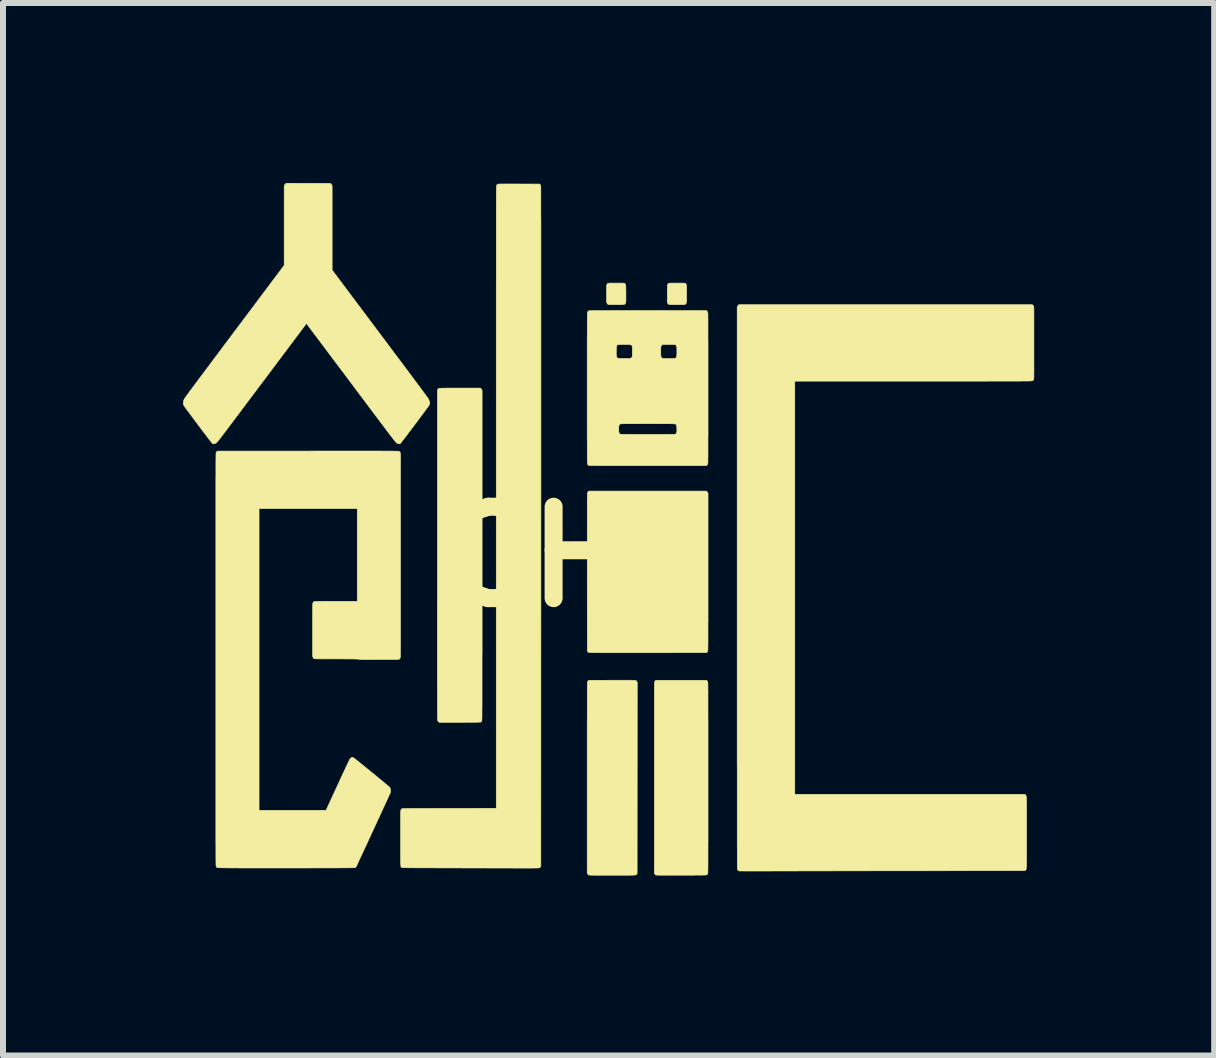
<source format=kicad_pcb>
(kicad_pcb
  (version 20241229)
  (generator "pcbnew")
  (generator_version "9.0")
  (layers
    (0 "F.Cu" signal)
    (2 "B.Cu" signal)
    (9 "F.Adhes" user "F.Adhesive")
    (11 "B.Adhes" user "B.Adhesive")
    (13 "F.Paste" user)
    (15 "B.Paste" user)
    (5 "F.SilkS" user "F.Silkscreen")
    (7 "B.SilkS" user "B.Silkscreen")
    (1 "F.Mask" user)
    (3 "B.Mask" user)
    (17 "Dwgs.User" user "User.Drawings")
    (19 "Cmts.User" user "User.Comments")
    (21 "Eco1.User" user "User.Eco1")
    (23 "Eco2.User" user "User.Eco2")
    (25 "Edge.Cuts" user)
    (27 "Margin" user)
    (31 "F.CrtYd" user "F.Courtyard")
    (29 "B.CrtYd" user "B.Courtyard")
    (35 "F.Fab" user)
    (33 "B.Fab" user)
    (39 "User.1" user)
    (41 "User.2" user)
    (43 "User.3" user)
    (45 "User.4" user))
  (footprint "CH1"
    (layer "F.Cu")
    (at 6.577 6.231)
    (property "Reference" "CH1" (at 0 0 0) (layer "F.SilkS") (effects (font (size 1.524 1.524) (thickness 0.3))))
    (attr through_hole)
    (fp_poly (pts (xy 0.675 -4.562) (xy 0.7 -4.562) (xy 0.72 -4.562) (xy 0.737 -4.562) (xy 0.75 -4.562) (xy 0.76 -4.561) (xy 0.768 -4.561) (xy 0.773 -4.56) (xy 0.777 -4.559) (xy 0.78 -4.558) (xy 0.783 -4.556) (xy 0.785 -4.555) (xy 0.79 -4.551) (xy 0.794 -4.548) (xy 0.797 -4.543) (xy 0.8 -4.538) (xy 0.802 -4.53) (xy 0.803 -4.52) (xy 0.804 -4.507) (xy 0.805 -4.489) (xy 0.805 -4.467) (xy 0.806 -4.439) (xy 0.806 -4.405) (xy 0.806 -4.387) (xy 0.806 -4.352) (xy 0.806 -4.323) (xy 0.806 -4.3) (xy 0.806 -4.282) (xy 0.806 -4.268) (xy 0.805 -4.258) (xy 0.805 -4.25) (xy 0.804 -4.245) (xy 0.803 -4.24) (xy 0.802 -4.236) (xy 0.8 -4.233) (xy 0.798 -4.227) (xy 0.796 -4.221) (xy 0.793 -4.217) (xy 0.79 -4.213) (xy 0.785 -4.211) (xy 0.779 -4.208) (xy 0.77 -4.207) (xy 0.759 -4.206) (xy 0.745 -4.205) (xy 0.727 -4.204) (xy 0.706 -4.204) (xy 0.68 -4.204) (xy 0.649 -4.204) (xy 0.644 -4.204) (xy 0.614 -4.204) (xy 0.589 -4.204) (xy 0.568 -4.204) (xy 0.551 -4.204) (xy 0.538 -4.205) (xy 0.528 -4.205) (xy 0.52 -4.206) (xy 0.514 -4.207) (xy 0.51 -4.207) (xy 0.507 -4.209) (xy 0.505 -4.21) (xy 0.503 -4.211) (xy 0.496 -4.219) (xy 0.489 -4.23) (xy 0.489 -4.23) (xy 0.488 -4.233) (xy 0.487 -4.237) (xy 0.486 -4.242) (xy 0.485 -4.249) (xy 0.485 -4.258) (xy 0.484 -4.271) (xy 0.484 -4.288) (xy 0.484 -4.31) (xy 0.484 -4.337) (xy 0.484 -4.37) (xy 0.484 -4.384) (xy 0.484 -4.419) (xy 0.484 -4.448) (xy 0.484 -4.472) (xy 0.484 -4.49) (xy 0.484 -4.504) (xy 0.485 -4.515) (xy 0.485 -4.522) (xy 0.486 -4.528) (xy 0.487 -4.532) (xy 0.489 -4.535) (xy 0.49 -4.538) (xy 0.493 -4.543) (xy 0.495 -4.548) (xy 0.498 -4.552) (xy 0.502 -4.555) (xy 0.507 -4.557) (xy 0.514 -4.559) (xy 0.523 -4.56) (xy 0.535 -4.561) (xy 0.55 -4.562) (xy 0.569 -4.562) (xy 0.591 -4.562) (xy 0.618 -4.562) (xy 0.645 -4.562) (xy 0.675 -4.562)) (stroke (width 0.01) (type solid)) (fill yes) (layer "F.SilkS"))
    (fp_poly (pts (xy 1.688 -4.562) (xy 1.714 -4.562) (xy 1.736 -4.562) (xy 1.754 -4.562) (xy 1.768 -4.561) (xy 1.779 -4.56) (xy 1.788 -4.559) (xy 1.795 -4.557) (xy 1.8 -4.554) (xy 1.803 -4.551) (xy 1.806 -4.547) (xy 1.809 -4.542) (xy 1.811 -4.538) (xy 1.813 -4.535) (xy 1.814 -4.531) (xy 1.815 -4.527) (xy 1.816 -4.522) (xy 1.816 -4.514) (xy 1.817 -4.503) (xy 1.817 -4.488) (xy 1.817 -4.469) (xy 1.817 -4.445) (xy 1.817 -4.415) (xy 1.817 -4.384) (xy 1.817 -4.348) (xy 1.817 -4.319) (xy 1.817 -4.295) (xy 1.817 -4.277) (xy 1.816 -4.262) (xy 1.816 -4.252) (xy 1.815 -4.244) (xy 1.815 -4.239) (xy 1.814 -4.234) (xy 1.812 -4.231) (xy 1.812 -4.23) (xy 1.806 -4.22) (xy 1.798 -4.211) (xy 1.798 -4.211) (xy 1.796 -4.21) (xy 1.793 -4.208) (xy 1.79 -4.207) (xy 1.785 -4.206) (xy 1.779 -4.206) (xy 1.77 -4.205) (xy 1.759 -4.205) (xy 1.744 -4.204) (xy 1.726 -4.204) (xy 1.704 -4.204) (xy 1.677 -4.204) (xy 1.657 -4.204) (xy 1.627 -4.204) (xy 1.601 -4.204) (xy 1.58 -4.204) (xy 1.563 -4.205) (xy 1.549 -4.205) (xy 1.539 -4.206) (xy 1.531 -4.206) (xy 1.525 -4.207) (xy 1.521 -4.208) (xy 1.518 -4.209) (xy 1.517 -4.21) (xy 1.51 -4.217) (xy 1.503 -4.227) (xy 1.502 -4.229) (xy 1.5 -4.232) (xy 1.499 -4.236) (xy 1.498 -4.24) (xy 1.497 -4.246) (xy 1.497 -4.254) (xy 1.496 -4.265) (xy 1.496 -4.28) (xy 1.496 -4.299) (xy 1.496 -4.324) (xy 1.496 -4.354) (xy 1.496 -4.383) (xy 1.496 -4.421) (xy 1.496 -4.452) (xy 1.496 -4.477) (xy 1.497 -4.497) (xy 1.497 -4.513) (xy 1.499 -4.525) (xy 1.5 -4.534) (xy 1.502 -4.54) (xy 1.505 -4.545) (xy 1.509 -4.549) (xy 1.513 -4.553) (xy 1.516 -4.555) (xy 1.519 -4.557) (xy 1.521 -4.558) (xy 1.525 -4.559) (xy 1.529 -4.56) (xy 1.535 -4.561) (xy 1.543 -4.562) (xy 1.554 -4.562) (xy 1.568 -4.562) (xy 1.586 -4.562) (xy 1.607 -4.562) (xy 1.633 -4.562) (xy 1.656 -4.562) (xy 1.688 -4.562)) (stroke (width 0.01) (type solid)) (fill yes) (layer "F.SilkS"))
    (fp_poly (pts (xy 0.825 2.058) (xy 0.851 2.058) (xy 0.875 2.058) (xy 0.895 2.058) (xy 0.912 2.058) (xy 0.926 2.059) (xy 0.937 2.059) (xy 0.947 2.059) (xy 0.955 2.06) (xy 0.96 2.06) (xy 0.965 2.061) (xy 0.968 2.061) (xy 0.971 2.062) (xy 0.972 2.063) (xy 0.973 2.063) (xy 0.981 2.071) (xy 0.988 2.081) (xy 0.989 2.082) (xy 0.995 2.094) (xy 0.994 3.686) (xy 0.993 5.279) (xy 0.987 5.288) (xy 0.985 5.291) (xy 0.983 5.293) (xy 0.982 5.296) (xy 0.98 5.298) (xy 0.977 5.299) (xy 0.974 5.301) (xy 0.97 5.302) (xy 0.964 5.303) (xy 0.957 5.304) (xy 0.948 5.305) (xy 0.937 5.306) (xy 0.923 5.306) (xy 0.907 5.307) (xy 0.887 5.307) (xy 0.865 5.308) (xy 0.839 5.308) (xy 0.81 5.308) (xy 0.776 5.308) (xy 0.738 5.308) (xy 0.696 5.308) (xy 0.649 5.308) (xy 0.597 5.308) (xy 0.579 5.308) (xy 0.525 5.308) (xy 0.477 5.308) (xy 0.434 5.308) (xy 0.395 5.308) (xy 0.36 5.308) (xy 0.33 5.308) (xy 0.303 5.308) (xy 0.28 5.307) (xy 0.26 5.307) (xy 0.244 5.307) (xy 0.229 5.307) (xy 0.218 5.306) (xy 0.208 5.306) (xy 0.201 5.305) (xy 0.195 5.305) (xy 0.191 5.304) (xy 0.187 5.304) (xy 0.185 5.303) (xy 0.183 5.302) (xy 0.183 5.302) (xy 0.175 5.294) (xy 0.168 5.284) (xy 0.167 5.283) (xy 0.161 5.271) (xy 0.161 3.686) (xy 0.161 3.556) (xy 0.161 3.434) (xy 0.161 3.318) (xy 0.161 3.21) (xy 0.161 3.107) (xy 0.161 3.011) (xy 0.161 2.921) (xy 0.161 2.836) (xy 0.161 2.758) (xy 0.162 2.684) (xy 0.162 2.617) (xy 0.162 2.554) (xy 0.162 2.496) (xy 0.162 2.443) (xy 0.162 2.395) (xy 0.162 2.351) (xy 0.162 2.311) (xy 0.162 2.275) (xy 0.162 2.243) (xy 0.163 2.214) (xy 0.163 2.189) (xy 0.163 2.167) (xy 0.163 2.149) (xy 0.163 2.133) (xy 0.164 2.12) (xy 0.164 2.109) (xy 0.164 2.101) (xy 0.164 2.095) (xy 0.165 2.091) (xy 0.165 2.089) (xy 0.165 2.088) (xy 0.17 2.078) (xy 0.177 2.069) (xy 0.178 2.068) (xy 0.187 2.059) (xy 0.575 2.058) (xy 0.629 2.058) (xy 0.677 2.058) (xy 0.721 2.058) (xy 0.76 2.058) (xy 0.794 2.058) (xy 0.825 2.058)) (stroke (width 0.01) (type solid)) (fill yes) (layer "F.SilkS"))
    (fp_poly (pts (xy 2.155 -1.087) (xy 2.162 -1.079) (xy 2.168 -1.069) (xy 2.169 -1.068) (xy 2.175 -1.056) (xy 2.175 0.25) (xy 2.175 0.365) (xy 2.175 0.474) (xy 2.175 0.576) (xy 2.175 0.671) (xy 2.175 0.76) (xy 2.175 0.843) (xy 2.175 0.92) (xy 2.175 0.991) (xy 2.175 1.057) (xy 2.174 1.118) (xy 2.174 1.174) (xy 2.174 1.225) (xy 2.174 1.271) (xy 2.174 1.313) (xy 2.174 1.351) (xy 2.174 1.385) (xy 2.174 1.415) (xy 2.174 1.442) (xy 2.173 1.465) (xy 2.173 1.486) (xy 2.173 1.503) (xy 2.173 1.518) (xy 2.173 1.53) (xy 2.172 1.541) (xy 2.172 1.549) (xy 2.172 1.555) (xy 2.171 1.56) (xy 2.171 1.564) (xy 2.171 1.567) (xy 2.17 1.568) (xy 2.17 1.568) (xy 2.165 1.579) (xy 2.158 1.588) (xy 2.158 1.589) (xy 2.149 1.597) (xy 1.171 1.598) (xy 1.084 1.598) (xy 1.003 1.598) (xy 0.927 1.598) (xy 0.856 1.598) (xy 0.79 1.598) (xy 0.728 1.598) (xy 0.67 1.598) (xy 0.617 1.598) (xy 0.568 1.598) (xy 0.522 1.598) (xy 0.481 1.598) (xy 0.443 1.598) (xy 0.408 1.598) (xy 0.377 1.598) (xy 0.349 1.598) (xy 0.323 1.597) (xy 0.301 1.597) (xy 0.281 1.597) (xy 0.263 1.597) (xy 0.248 1.597) (xy 0.235 1.596) (xy 0.224 1.596) (xy 0.214 1.596) (xy 0.206 1.595) (xy 0.2 1.595) (xy 0.195 1.595) (xy 0.191 1.594) (xy 0.188 1.594) (xy 0.186 1.593) (xy 0.184 1.593) (xy 0.183 1.592) (xy 0.183 1.592) (xy 0.175 1.585) (xy 0.169 1.576) (xy 0.168 1.576) (xy 0.163 1.566) (xy 0.162 0.256) (xy 0.162 0.14) (xy 0.162 0.031) (xy 0.162 -0.071) (xy 0.162 -0.166) (xy 0.162 -0.256) (xy 0.162 -0.339) (xy 0.162 -0.416) (xy 0.162 -0.487) (xy 0.162 -0.554) (xy 0.162 -0.614) (xy 0.162 -0.67) (xy 0.162 -0.721) (xy 0.162 -0.768) (xy 0.162 -0.81) (xy 0.162 -0.848) (xy 0.162 -0.882) (xy 0.162 -0.912) (xy 0.162 -0.939) (xy 0.163 -0.963) (xy 0.163 -0.983) (xy 0.163 -1.001) (xy 0.163 -1.016) (xy 0.163 -1.028) (xy 0.164 -1.039) (xy 0.164 -1.047) (xy 0.164 -1.054) (xy 0.164 -1.059) (xy 0.165 -1.062) (xy 0.165 -1.065) (xy 0.166 -1.066) (xy 0.166 -1.067) (xy 0.171 -1.076) (xy 0.178 -1.085) (xy 0.18 -1.087) (xy 0.19 -1.095) (xy 2.147 -1.095) (xy 2.155 -1.087)) (stroke (width 0.01) (type solid)) (fill yes) (layer "F.SilkS"))
    (fp_poly (pts (xy -2.033 -2.812) (xy -1.985 -2.812) (xy -1.962 -2.812) (xy -1.619 -2.812) (xy -1.611 -2.804) (xy -1.604 -2.796) (xy -1.598 -2.786) (xy -1.597 -2.785) (xy -1.591 -2.773) (xy -1.591 -0.027) (xy -1.591 0.141) (xy -1.591 0.303) (xy -1.591 0.457) (xy -1.591 0.605) (xy -1.591 0.747) (xy -1.591 0.882) (xy -1.591 1.01) (xy -1.591 1.133) (xy -1.591 1.249) (xy -1.591 1.36) (xy -1.591 1.465) (xy -1.591 1.565) (xy -1.592 1.659) (xy -1.592 1.748) (xy -1.592 1.832) (xy -1.592 1.911) (xy -1.592 1.985) (xy -1.592 2.054) (xy -1.592 2.12) (xy -1.592 2.18) (xy -1.592 2.237) (xy -1.592 2.289) (xy -1.592 2.338) (xy -1.592 2.383) (xy -1.592 2.424) (xy -1.592 2.462) (xy -1.592 2.497) (xy -1.593 2.528) (xy -1.593 2.557) (xy -1.593 2.583) (xy -1.593 2.606) (xy -1.593 2.626) (xy -1.593 2.644) (xy -1.593 2.66) (xy -1.594 2.674) (xy -1.594 2.686) (xy -1.594 2.696) (xy -1.594 2.704) (xy -1.594 2.711) (xy -1.595 2.717) (xy -1.595 2.721) (xy -1.595 2.725) (xy -1.595 2.727) (xy -1.596 2.729) (xy -1.596 2.73) (xy -1.596 2.731) (xy -1.601 2.741) (xy -1.608 2.75) (xy -1.608 2.75) (xy -1.61 2.752) (xy -1.611 2.753) (xy -1.613 2.753) (xy -1.615 2.754) (xy -1.619 2.755) (xy -1.624 2.755) (xy -1.63 2.756) (xy -1.638 2.756) (xy -1.649 2.757) (xy -1.661 2.757) (xy -1.677 2.757) (xy -1.695 2.758) (xy -1.717 2.758) (xy -1.742 2.758) (xy -1.771 2.758) (xy -1.805 2.758) (xy -1.842 2.758) (xy -1.884 2.759) (xy -1.932 2.759) (xy -1.961 2.759) (xy -2.305 2.76) (xy -2.315 2.752) (xy -2.325 2.741) (xy -2.331 2.729) (xy -2.331 2.728) (xy -2.331 2.727) (xy -2.332 2.726) (xy -2.332 2.724) (xy -2.332 2.722) (xy -2.332 2.718) (xy -2.333 2.714) (xy -2.333 2.709) (xy -2.333 2.703) (xy -2.333 2.696) (xy -2.334 2.687) (xy -2.334 2.676) (xy -2.334 2.663) (xy -2.334 2.649) (xy -2.334 2.632) (xy -2.334 2.614) (xy -2.335 2.593) (xy -2.335 2.569) (xy -2.335 2.542) (xy -2.335 2.513) (xy -2.335 2.481) (xy -2.335 2.446) (xy -2.335 2.407) (xy -2.335 2.365) (xy -2.335 2.319) (xy -2.335 2.27) (xy -2.335 2.216) (xy -2.335 2.159) (xy -2.336 2.098) (xy -2.336 2.032) (xy -2.336 1.961) (xy -2.336 1.886) (xy -2.336 1.806) (xy -2.336 1.722) (xy -2.336 1.632) (xy -2.336 1.537) (xy -2.336 1.436) (xy -2.336 1.33) (xy -2.336 1.218) (xy -2.336 1.101) (xy -2.336 0.977) (xy -2.336 0.847) (xy -2.335 0.711) (xy -2.335 0.569) (xy -2.335 0.419) (xy -2.335 0.264) (xy -2.335 0.101) (xy -2.335 -0.031) (xy -2.335 -2.776) (xy -2.328 -2.788) (xy -2.327 -2.791) (xy -2.325 -2.794) (xy -2.324 -2.797) (xy -2.322 -2.799) (xy -2.32 -2.802) (xy -2.317 -2.804) (xy -2.313 -2.805) (xy -2.307 -2.807) (xy -2.3 -2.808) (xy -2.291 -2.809) (xy -2.28 -2.81) (xy -2.266 -2.81) (xy -2.25 -2.811) (xy -2.23 -2.811) (xy -2.207 -2.811) (xy -2.181 -2.812) (xy -2.15 -2.812) (xy -2.116 -2.812) (xy -2.077 -2.812) (xy -2.033 -2.812)) (stroke (width 0.01) (type solid)) (fill yes) (layer "F.SilkS"))
    (fp_poly (pts (xy 2.158 2.067) (xy 2.165 2.076) (xy 2.17 2.087) (xy 2.17 2.087) (xy 2.171 2.089) (xy 2.171 2.091) (xy 2.171 2.094) (xy 2.172 2.099) (xy 2.172 2.105) (xy 2.172 2.112) (xy 2.172 2.121) (xy 2.173 2.133) (xy 2.173 2.146) (xy 2.173 2.163) (xy 2.173 2.181) (xy 2.173 2.203) (xy 2.174 2.227) (xy 2.174 2.255) (xy 2.174 2.286) (xy 2.174 2.32) (xy 2.174 2.359) (xy 2.174 2.401) (xy 2.174 2.448) (xy 2.174 2.499) (xy 2.174 2.554) (xy 2.174 2.614) (xy 2.174 2.679) (xy 2.175 2.75) (xy 2.175 2.826) (xy 2.175 2.907) (xy 2.175 2.994) (xy 2.175 3.087) (xy 2.175 3.186) (xy 2.175 3.291) (xy 2.175 3.403) (xy 2.175 3.522) (xy 2.175 3.647) (xy 2.175 3.683) (xy 2.175 3.81) (xy 2.175 3.93) (xy 2.175 4.044) (xy 2.175 4.15) (xy 2.175 4.251) (xy 2.175 4.345) (xy 2.175 4.433) (xy 2.175 4.515) (xy 2.175 4.592) (xy 2.175 4.664) (xy 2.175 4.73) (xy 2.174 4.791) (xy 2.174 4.848) (xy 2.174 4.899) (xy 2.174 4.947) (xy 2.174 4.99) (xy 2.174 5.029) (xy 2.174 5.065) (xy 2.174 5.097) (xy 2.174 5.125) (xy 2.174 5.151) (xy 2.173 5.173) (xy 2.173 5.192) (xy 2.173 5.209) (xy 2.173 5.224) (xy 2.173 5.236) (xy 2.172 5.246) (xy 2.172 5.254) (xy 2.172 5.261) (xy 2.172 5.267) (xy 2.171 5.271) (xy 2.171 5.274) (xy 2.171 5.276) (xy 2.17 5.278) (xy 2.17 5.279) (xy 2.17 5.279) (xy 2.164 5.29) (xy 2.158 5.298) (xy 2.157 5.299) (xy 2.156 5.3) (xy 2.155 5.301) (xy 2.154 5.301) (xy 2.151 5.302) (xy 2.148 5.303) (xy 2.143 5.303) (xy 2.137 5.304) (xy 2.13 5.304) (xy 2.12 5.305) (xy 2.108 5.305) (xy 2.094 5.305) (xy 2.077 5.306) (xy 2.057 5.306) (xy 2.034 5.306) (xy 2.007 5.306) (xy 1.976 5.306) (xy 1.942 5.307) (xy 1.903 5.307) (xy 1.86 5.307) (xy 1.812 5.307) (xy 1.76 5.307) (xy 1.73 5.307) (xy 1.675 5.307) (xy 1.624 5.307) (xy 1.578 5.307) (xy 1.537 5.307) (xy 1.501 5.307) (xy 1.468 5.307) (xy 1.439 5.307) (xy 1.414 5.307) (xy 1.392 5.307) (xy 1.374 5.307) (xy 1.358 5.307) (xy 1.344 5.306) (xy 1.334 5.306) (xy 1.325 5.306) (xy 1.318 5.305) (xy 1.312 5.305) (xy 1.308 5.304) (xy 1.305 5.304) (xy 1.303 5.303) (xy 1.302 5.302) (xy 1.301 5.302) (xy 1.293 5.294) (xy 1.286 5.284) (xy 1.286 5.283) (xy 1.28 5.271) (xy 1.28 3.686) (xy 1.28 3.556) (xy 1.28 3.434) (xy 1.28 3.318) (xy 1.28 3.21) (xy 1.28 3.107) (xy 1.28 3.011) (xy 1.28 2.921) (xy 1.28 2.836) (xy 1.28 2.758) (xy 1.28 2.684) (xy 1.28 2.617) (xy 1.28 2.554) (xy 1.28 2.496) (xy 1.28 2.443) (xy 1.28 2.395) (xy 1.28 2.351) (xy 1.28 2.311) (xy 1.281 2.275) (xy 1.281 2.243) (xy 1.281 2.214) (xy 1.281 2.189) (xy 1.281 2.167) (xy 1.281 2.149) (xy 1.282 2.133) (xy 1.282 2.12) (xy 1.282 2.109) (xy 1.282 2.101) (xy 1.283 2.095) (xy 1.283 2.091) (xy 1.283 2.089) (xy 1.283 2.088) (xy 1.288 2.078) (xy 1.295 2.069) (xy 1.296 2.068) (xy 1.305 2.059) (xy 2.149 2.059) (xy 2.158 2.067)) (stroke (width 0.01) (type solid)) (fill yes) (layer "F.SilkS"))
    (fp_poly (pts (xy -4.486 -6.225) (xy -4.119 -6.224) (xy -4.111 -6.216) (xy -4.104 -6.208) (xy -4.098 -6.198) (xy -4.097 -6.197) (xy -4.091 -6.185) (xy -4.091 -4.779) (xy -3.289 -3.709) (xy -3.223 -3.621) (xy -3.16 -3.537) (xy -3.101 -3.458) (xy -3.045 -3.383) (xy -2.992 -3.313) (xy -2.943 -3.248) (xy -2.897 -3.186) (xy -2.854 -3.129) (xy -2.815 -3.076) (xy -2.778 -3.026) (xy -2.743 -2.98) (xy -2.712 -2.938) (xy -2.683 -2.899) (xy -2.656 -2.863) (xy -2.632 -2.831) (xy -2.61 -2.801) (xy -2.59 -2.774) (xy -2.572 -2.75) (xy -2.556 -2.728) (xy -2.542 -2.709) (xy -2.53 -2.692) (xy -2.519 -2.678) (xy -2.51 -2.665) (xy -2.502 -2.654) (xy -2.496 -2.645) (xy -2.491 -2.637) (xy -2.486 -2.631) (xy -2.483 -2.626) (xy -2.481 -2.622) (xy -2.48 -2.619) (xy -2.479 -2.618) (xy -2.471 -2.592) (xy -2.466 -2.569) (xy -2.466 -2.548) (xy -2.466 -2.547) (xy -2.467 -2.544) (xy -2.468 -2.541) (xy -2.469 -2.538) (xy -2.472 -2.533) (xy -2.475 -2.527) (xy -2.48 -2.52) (xy -2.486 -2.511) (xy -2.494 -2.5) (xy -2.504 -2.486) (xy -2.516 -2.47) (xy -2.53 -2.451) (xy -2.546 -2.429) (xy -2.565 -2.403) (xy -2.587 -2.374) (xy -2.612 -2.34) (xy -2.64 -2.303) (xy -2.671 -2.261) (xy -2.706 -2.214) (xy -2.709 -2.21) (xy -2.748 -2.159) (xy -2.783 -2.112) (xy -2.815 -2.07) (xy -2.843 -2.032) (xy -2.868 -1.999) (xy -2.89 -1.971) (xy -2.908 -1.947) (xy -2.924 -1.927) (xy -2.936 -1.911) (xy -2.946 -1.899) (xy -2.953 -1.891) (xy -2.957 -1.886) (xy -2.959 -1.885) (xy -2.972 -1.883) (xy -2.988 -1.886) (xy -3.006 -1.894) (xy -3.014 -1.898) (xy -3.016 -1.899) (xy -3.018 -1.901) (xy -3.02 -1.902) (xy -3.022 -1.905) (xy -3.025 -1.908) (xy -3.028 -1.911) (xy -3.032 -1.916) (xy -3.037 -1.922) (xy -3.043 -1.928) (xy -3.05 -1.937) (xy -3.057 -1.947) (xy -3.067 -1.958) (xy -3.077 -1.972) (xy -3.089 -1.987) (xy -3.103 -2.005) (xy -3.118 -2.025) (xy -3.135 -2.047) (xy -3.154 -2.072) (xy -3.175 -2.1) (xy -3.198 -2.131) (xy -3.223 -2.165) (xy -3.251 -2.202) (xy -3.282 -2.242) (xy -3.315 -2.286) (xy -3.35 -2.333) (xy -3.389 -2.384) (xy -3.43 -2.439) (xy -3.475 -2.499) (xy -3.522 -2.562) (xy -3.573 -2.63) (xy -3.628 -2.703) (xy -3.686 -2.78) (xy -3.747 -2.862) (xy -3.776 -2.901) (xy -4.519 -3.89) (xy -5.261 -2.901) (xy -5.325 -2.817) (xy -5.384 -2.737) (xy -5.44 -2.663) (xy -5.493 -2.593) (xy -5.542 -2.527) (xy -5.588 -2.466) (xy -5.63 -2.409) (xy -5.67 -2.356) (xy -5.707 -2.307) (xy -5.741 -2.262) (xy -5.773 -2.22) (xy -5.802 -2.181) (xy -5.828 -2.146) (xy -5.852 -2.114) (xy -5.874 -2.085) (xy -5.894 -2.059) (xy -5.912 -2.035) (xy -5.928 -2.014) (xy -5.942 -1.996) (xy -5.955 -1.979) (xy -5.966 -1.965) (xy -5.976 -1.952) (xy -5.984 -1.942) (xy -5.992 -1.932) (xy -5.998 -1.925) (xy -6.003 -1.919) (xy -6.008 -1.913) (xy -6.011 -1.909) (xy -6.014 -1.906) (xy -6.017 -1.903) (xy -6.019 -1.902) (xy -6.021 -1.9) (xy -6.023 -1.899) (xy -6.024 -1.898) (xy -6.044 -1.887) (xy -6.061 -1.883) (xy -6.076 -1.884) (xy -6.085 -1.888) (xy -6.088 -1.892) (xy -6.096 -1.901) (xy -6.107 -1.915) (xy -6.122 -1.934) (xy -6.141 -1.958) (xy -6.163 -1.987) (xy -6.189 -2.022) (xy -6.219 -2.061) (xy -6.253 -2.106) (xy -6.29 -2.155) (xy -6.331 -2.21) (xy -6.332 -2.212) (xy -6.368 -2.259) (xy -6.399 -2.301) (xy -6.427 -2.339) (xy -6.452 -2.372) (xy -6.474 -2.402) (xy -6.493 -2.427) (xy -6.51 -2.45) (xy -6.524 -2.469) (xy -6.535 -2.485) (xy -6.545 -2.498) (xy -6.553 -2.51) (xy -6.559 -2.519) (xy -6.563 -2.526) (xy -6.567 -2.532) (xy -6.569 -2.536) (xy -6.57 -2.539) (xy -6.571 -2.542) (xy -6.571 -2.542) (xy -6.572 -2.567) (xy -6.568 -2.593) (xy -6.561 -2.616) (xy -6.561 -2.618) (xy -6.559 -2.62) (xy -6.558 -2.623) (xy -6.556 -2.627) (xy -6.553 -2.631) (xy -6.55 -2.636) (xy -6.546 -2.643) (xy -6.541 -2.65) (xy -6.534 -2.659) (xy -6.527 -2.669) (xy -6.519 -2.681) (xy -6.509 -2.695) (xy -6.497 -2.71) (xy -6.484 -2.728) (xy -6.47 -2.748) (xy -6.454 -2.77) (xy -6.435 -2.794) (xy -6.415 -2.822) (xy -6.393 -2.852) (xy -6.368 -2.885) (xy -6.341 -2.921) (xy -6.312 -2.96) (xy -6.281 -3.002) (xy -6.246 -3.048) (xy -6.209 -3.098) (xy -6.169 -3.151) (xy -6.126 -3.208) (xy -6.081 -3.269) (xy -6.032 -3.335) (xy -5.979 -3.405) (xy -5.924 -3.479) (xy -5.865 -3.558) (xy -5.802 -3.641) (xy -5.736 -3.73) (xy -5.721 -3.749) (xy -4.89 -4.858) (xy -4.89 -6.177) (xy -4.884 -6.193) (xy -4.877 -6.207) (xy -4.867 -6.216) (xy -4.866 -6.217) (xy -4.853 -6.226) (xy -4.486 -6.225)) (stroke (width 0.01) (type solid)) (fill yes) (layer "F.SilkS"))
    (fp_poly (pts (xy 7.589 -4.194) (xy 7.596 -4.187) (xy 7.602 -4.177) (xy 7.603 -4.176) (xy 7.603 -4.174) (xy 7.604 -4.172) (xy 7.604 -4.169) (xy 7.605 -4.164) (xy 7.605 -4.158) (xy 7.606 -4.149) (xy 7.606 -4.139) (xy 7.606 -4.126) (xy 7.606 -4.11) (xy 7.607 -4.09) (xy 7.607 -4.067) (xy 7.607 -4.041) (xy 7.607 -4.009) (xy 7.607 -3.974) (xy 7.607 -3.933) (xy 7.607 -3.887) (xy 7.607 -3.836) (xy 7.607 -3.779) (xy 7.607 -3.716) (xy 7.607 -3.646) (xy 7.607 -3.569) (xy 7.607 -3.566) (xy 7.607 -3.489) (xy 7.607 -3.419) (xy 7.607 -3.355) (xy 7.607 -3.298) (xy 7.607 -3.247) (xy 7.607 -3.201) (xy 7.607 -3.16) (xy 7.607 -3.125) (xy 7.607 -3.093) (xy 7.607 -3.066) (xy 7.607 -3.043) (xy 7.606 -3.024) (xy 7.606 -3.008) (xy 7.606 -2.994) (xy 7.606 -2.984) (xy 7.605 -2.975) (xy 7.605 -2.969) (xy 7.604 -2.964) (xy 7.604 -2.96) (xy 7.603 -2.958) (xy 7.603 -2.956) (xy 7.602 -2.954) (xy 7.602 -2.954) (xy 7.595 -2.944) (xy 7.586 -2.936) (xy 7.585 -2.935) (xy 7.584 -2.935) (xy 7.583 -2.934) (xy 7.582 -2.934) (xy 7.58 -2.934) (xy 7.578 -2.933) (xy 7.576 -2.933) (xy 7.572 -2.933) (xy 7.567 -2.932) (xy 7.562 -2.932) (xy 7.556 -2.932) (xy 7.548 -2.931) (xy 7.539 -2.931) (xy 7.528 -2.931) (xy 7.516 -2.931) (xy 7.502 -2.93) (xy 7.487 -2.93) (xy 7.469 -2.93) (xy 7.45 -2.93) (xy 7.428 -2.93) (xy 7.405 -2.93) (xy 7.378 -2.929) (xy 7.35 -2.929) (xy 7.318 -2.929) (xy 7.284 -2.929) (xy 7.248 -2.929) (xy 7.208 -2.929) (xy 7.165 -2.929) (xy 7.119 -2.929) (xy 7.07 -2.929) (xy 7.017 -2.929) (xy 6.961 -2.929) (xy 6.901 -2.929) (xy 6.838 -2.928) (xy 6.77 -2.928) (xy 6.699 -2.928) (xy 6.623 -2.928) (xy 6.544 -2.928) (xy 6.46 -2.928) (xy 6.371 -2.928) (xy 6.278 -2.928) (xy 6.18 -2.928) (xy 6.078 -2.928) (xy 5.971 -2.928) (xy 5.858 -2.928) (xy 5.741 -2.928) (xy 5.618 -2.928) (xy 5.597 -2.928) (xy 3.621 -2.928) (xy 3.621 3.96) (xy 5.538 3.96) (xy 7.455 3.96) (xy 7.464 3.968) (xy 7.472 3.976) (xy 7.478 3.988) (xy 7.478 3.99) (xy 7.479 3.992) (xy 7.48 3.995) (xy 7.48 3.998) (xy 7.481 4.002) (xy 7.481 4.007) (xy 7.482 4.015) (xy 7.482 4.024) (xy 7.482 4.035) (xy 7.483 4.049) (xy 7.483 4.067) (xy 7.483 4.087) (xy 7.483 4.111) (xy 7.483 4.139) (xy 7.483 4.172) (xy 7.483 4.209) (xy 7.484 4.251) (xy 7.484 4.299) (xy 7.484 4.352) (xy 7.484 4.411) (xy 7.484 4.476) (xy 7.484 4.548) (xy 7.484 4.596) (xy 7.484 4.673) (xy 7.484 4.744) (xy 7.484 4.808) (xy 7.484 4.866) (xy 7.484 4.918) (xy 7.484 4.965) (xy 7.483 5.007) (xy 7.483 5.043) (xy 7.483 5.075) (xy 7.483 5.103) (xy 7.482 5.126) (xy 7.482 5.146) (xy 7.482 5.163) (xy 7.481 5.177) (xy 7.48 5.188) (xy 7.479 5.197) (xy 7.478 5.204) (xy 7.477 5.209) (xy 7.476 5.213) (xy 7.474 5.215) (xy 7.473 5.217) (xy 7.471 5.219) (xy 7.469 5.221) (xy 7.467 5.223) (xy 7.467 5.223) (xy 7.458 5.231) (xy 5.524 5.234) (xy 5.419 5.234) (xy 5.314 5.234) (xy 5.209 5.234) (xy 5.105 5.234) (xy 5.002 5.234) (xy 4.899 5.234) (xy 4.797 5.235) (xy 4.697 5.235) (xy 4.598 5.235) (xy 4.5 5.235) (xy 4.404 5.235) (xy 4.311 5.235) (xy 4.219 5.236) (xy 4.129 5.236) (xy 4.042 5.236) (xy 3.958 5.236) (xy 3.876 5.236) (xy 3.798 5.236) (xy 3.722 5.236) (xy 3.65 5.237) (xy 3.582 5.237) (xy 3.517 5.237) (xy 3.456 5.237) (xy 3.399 5.237) (xy 3.346 5.237) (xy 3.298 5.237) (xy 3.254 5.237) (xy 3.215 5.238) (xy 3.182 5.238) (xy 3.153 5.238) (xy 3.144 5.238) (xy 3.095 5.238) (xy 3.047 5.238) (xy 3.001 5.238) (xy 2.957 5.238) (xy 2.915 5.238) (xy 2.876 5.238) (xy 2.84 5.238) (xy 2.807 5.238) (xy 2.778 5.238) (xy 2.752 5.237) (xy 2.731 5.237) (xy 2.713 5.237) (xy 2.7 5.237) (xy 2.693 5.236) (xy 2.69 5.236) (xy 2.679 5.229) (xy 2.67 5.217) (xy 2.665 5.207) (xy 2.665 5.206) (xy 2.665 5.203) (xy 2.664 5.199) (xy 2.664 5.192) (xy 2.664 5.185) (xy 2.664 5.175) (xy 2.664 5.163) (xy 2.664 5.149) (xy 2.664 5.132) (xy 2.663 5.113) (xy 2.663 5.092) (xy 2.663 5.068) (xy 2.663 5.041) (xy 2.663 5.012) (xy 2.663 4.979) (xy 2.663 4.944) (xy 2.663 4.905) (xy 2.663 4.863) (xy 2.662 4.818) (xy 2.662 4.769) (xy 2.662 4.717) (xy 2.662 4.661) (xy 2.662 4.601) (xy 2.662 4.537) (xy 2.662 4.469) (xy 2.662 4.397) (xy 2.662 4.321) (xy 2.662 4.241) (xy 2.662 4.156) (xy 2.662 4.066) (xy 2.662 3.972) (xy 2.662 3.873) (xy 2.662 3.769) (xy 2.662 3.66) (xy 2.662 3.546) (xy 2.661 3.427) (xy 2.661 3.302) (xy 2.661 3.172) (xy 2.661 3.036) (xy 2.661 2.895) (xy 2.661 2.748) (xy 2.661 2.595) (xy 2.661 2.436) (xy 2.661 2.271) (xy 2.661 2.1) (xy 2.661 1.923) (xy 2.661 1.739) (xy 2.661 1.549) (xy 2.661 1.351) (xy 2.661 1.148) (xy 2.661 0.937) (xy 2.661 0.719) (xy 2.661 0.517) (xy 2.661 -4.164) (xy 2.667 -4.175) (xy 2.673 -4.185) (xy 2.68 -4.194) (xy 2.681 -4.195) (xy 2.689 -4.202) (xy 7.579 -4.202) (xy 7.589 -4.194)) (stroke (width 0.01) (type solid)) (fill yes) (layer "F.SilkS"))
    (fp_poly (pts (xy -1.135 -6.214) (xy -1.097 -6.214) (xy -1.054 -6.214) (xy -1.006 -6.214) (xy -0.979 -6.214) (xy -0.632 -6.213) (xy -0.624 -6.203) (xy -0.618 -6.194) (xy -0.614 -6.184) (xy -0.613 -6.183) (xy -0.613 -6.18) (xy -0.613 -6.173) (xy -0.613 -6.16) (xy -0.613 -6.143) (xy -0.612 -6.121) (xy -0.612 -6.093) (xy -0.612 -6.061) (xy -0.612 -6.024) (xy -0.612 -5.981) (xy -0.612 -5.934) (xy -0.612 -5.881) (xy -0.612 -5.822) (xy -0.612 -5.759) (xy -0.612 -5.69) (xy -0.611 -5.615) (xy -0.611 -5.535) (xy -0.611 -5.449) (xy -0.611 -5.358) (xy -0.611 -5.261) (xy -0.611 -5.158) (xy -0.611 -5.05) (xy -0.611 -4.935) (xy -0.611 -4.815) (xy -0.611 -4.689) (xy -0.611 -4.557) (xy -0.611 -4.418) (xy -0.611 -4.274) (xy -0.611 -4.123) (xy -0.611 -3.966) (xy -0.611 -3.803) (xy -0.611 -3.634) (xy -0.611 -3.458) (xy -0.611 -3.275) (xy -0.611 -3.086) (xy -0.611 -2.891) (xy -0.611 -2.689) (xy -0.611 -2.48) (xy -0.611 -2.265) (xy -0.611 -2.042) (xy -0.611 -1.813) (xy -0.611 -1.577) (xy -0.611 -1.335) (xy -0.611 -1.085) (xy -0.611 -0.828) (xy -0.611 -0.564) (xy -0.611 -0.508) (xy -0.612 5.157) (xy -0.621 5.17) (xy -0.63 5.18) (xy -0.64 5.186) (xy -0.641 5.186) (xy -0.645 5.187) (xy -0.655 5.187) (xy -0.669 5.187) (xy -0.687 5.188) (xy -0.71 5.188) (xy -0.737 5.188) (xy -0.767 5.189) (xy -0.801 5.189) (xy -0.838 5.189) (xy -0.877 5.189) (xy -0.919 5.189) (xy -0.964 5.189) (xy -0.984 5.189) (xy -1.015 5.189) (xy -1.051 5.189) (xy -1.092 5.188) (xy -1.138 5.188) (xy -1.187 5.188) (xy -1.24 5.188) (xy -1.296 5.188) (xy -1.356 5.188) (xy -1.418 5.188) (xy -1.482 5.188) (xy -1.548 5.187) (xy -1.616 5.187) (xy -1.685 5.187) (xy -1.756 5.187) (xy -1.827 5.187) (xy -1.898 5.187) (xy -1.969 5.186) (xy -2.04 5.186) (xy -2.11 5.186) (xy -2.121 5.186) (xy -2.199 5.186) (xy -2.272 5.186) (xy -2.339 5.186) (xy -2.402 5.185) (xy -2.46 5.185) (xy -2.514 5.185) (xy -2.564 5.185) (xy -2.609 5.185) (xy -2.65 5.185) (xy -2.688 5.185) (xy -2.722 5.184) (xy -2.753 5.184) (xy -2.78 5.184) (xy -2.805 5.184) (xy -2.827 5.184) (xy -2.846 5.183) (xy -2.862 5.183) (xy -2.876 5.183) (xy -2.888 5.183) (xy -2.899 5.182) (xy -2.907 5.182) (xy -2.914 5.181) (xy -2.919 5.181) (xy -2.923 5.181) (xy -2.927 5.18) (xy -2.929 5.18) (xy -2.931 5.179) (xy -2.932 5.178) (xy -2.933 5.178) (xy -2.933 5.177) (xy -2.935 5.175) (xy -2.937 5.173) (xy -2.939 5.171) (xy -2.941 5.169) (xy -2.942 5.166) (xy -2.944 5.162) (xy -2.945 5.156) (xy -2.946 5.149) (xy -2.946 5.139) (xy -2.947 5.126) (xy -2.948 5.111) (xy -2.948 5.092) (xy -2.948 5.07) (xy -2.948 5.043) (xy -2.949 5.012) (xy -2.949 4.976) (xy -2.949 4.934) (xy -2.949 4.887) (xy -2.949 4.835) (xy -2.949 4.775) (xy -2.949 4.71) (xy -2.949 4.691) (xy -2.949 4.624) (xy -2.949 4.564) (xy -2.949 4.51) (xy -2.949 4.463) (xy -2.949 4.421) (xy -2.949 4.384) (xy -2.949 4.353) (xy -2.948 4.325) (xy -2.948 4.302) (xy -2.948 4.283) (xy -2.948 4.268) (xy -2.948 4.255) (xy -2.947 4.245) (xy -2.947 4.237) (xy -2.946 4.231) (xy -2.946 4.227) (xy -2.945 4.224) (xy -2.944 4.222) (xy -2.944 4.22) (xy -2.944 4.219) (xy -2.937 4.21) (xy -2.93 4.202) (xy -2.929 4.202) (xy -2.928 4.201) (xy -2.927 4.2) (xy -2.925 4.2) (xy -2.922 4.199) (xy -2.919 4.199) (xy -2.914 4.198) (xy -2.908 4.198) (xy -2.9 4.198) (xy -2.891 4.197) (xy -2.88 4.197) (xy -2.867 4.197) (xy -2.851 4.196) (xy -2.833 4.196) (xy -2.813 4.196) (xy -2.79 4.196) (xy -2.764 4.196) (xy -2.735 4.195) (xy -2.702 4.195) (xy -2.666 4.195) (xy -2.626 4.195) (xy -2.583 4.195) (xy -2.535 4.195) (xy -2.483 4.195) (xy -2.427 4.195) (xy -2.366 4.194) (xy -2.3 4.194) (xy -2.229 4.194) (xy -2.153 4.194) (xy -2.138 4.194) (xy -1.355 4.193) (xy -1.355 -0.988) (xy -1.355 -1.221) (xy -1.355 -1.446) (xy -1.355 -1.665) (xy -1.355 -1.876) (xy -1.355 -2.081) (xy -1.355 -2.28) (xy -1.355 -2.471) (xy -1.355 -2.657) (xy -1.355 -2.836) (xy -1.355 -3.009) (xy -1.355 -3.176) (xy -1.355 -3.336) (xy -1.355 -3.491) (xy -1.355 -3.641) (xy -1.355 -3.784) (xy -1.355 -3.922) (xy -1.355 -4.055) (xy -1.355 -4.182) (xy -1.355 -4.305) (xy -1.355 -4.422) (xy -1.355 -4.534) (xy -1.354 -4.641) (xy -1.354 -4.743) (xy -1.354 -4.841) (xy -1.354 -4.934) (xy -1.354 -5.023) (xy -1.354 -5.107) (xy -1.354 -5.188) (xy -1.354 -5.264) (xy -1.354 -5.336) (xy -1.354 -5.404) (xy -1.354 -5.468) (xy -1.354 -5.529) (xy -1.354 -5.586) (xy -1.354 -5.64) (xy -1.354 -5.691) (xy -1.354 -5.738) (xy -1.354 -5.782) (xy -1.354 -5.823) (xy -1.353 -5.861) (xy -1.353 -5.896) (xy -1.353 -5.929) (xy -1.353 -5.959) (xy -1.353 -5.986) (xy -1.353 -6.011) (xy -1.353 -6.034) (xy -1.353 -6.055) (xy -1.353 -6.074) (xy -1.352 -6.09) (xy -1.352 -6.105) (xy -1.352 -6.118) (xy -1.352 -6.13) (xy -1.352 -6.14) (xy -1.352 -6.149) (xy -1.352 -6.156) (xy -1.351 -6.163) (xy -1.351 -6.168) (xy -1.351 -6.172) (xy -1.351 -6.176) (xy -1.351 -6.179) (xy -1.35 -6.181) (xy -1.35 -6.182) (xy -1.35 -6.184) (xy -1.35 -6.184) (xy -1.35 -6.185) (xy -1.344 -6.197) (xy -1.336 -6.207) (xy -1.335 -6.207) (xy -1.334 -6.209) (xy -1.333 -6.209) (xy -1.331 -6.21) (xy -1.328 -6.211) (xy -1.324 -6.212) (xy -1.319 -6.212) (xy -1.312 -6.213) (xy -1.304 -6.213) (xy -1.293 -6.213) (xy -1.28 -6.214) (xy -1.264 -6.214) (xy -1.245 -6.214) (xy -1.223 -6.214) (xy -1.198 -6.214) (xy -1.168 -6.214) (xy -1.135 -6.214)) (stroke (width 0.01) (type solid)) (fill yes) (layer "F.SilkS"))
    (fp_poly (pts (xy -3.573 -1.763) (xy -3.516 -1.763) (xy -3.462 -1.763) (xy -3.412 -1.763) (xy -3.366 -1.763) (xy -3.323 -1.763) (xy -3.283 -1.763) (xy -3.247 -1.762) (xy -3.213 -1.762) (xy -3.182 -1.762) (xy -3.155 -1.762) (xy -3.129 -1.762) (xy -3.106 -1.762) (xy -3.086 -1.762) (xy -3.068 -1.761) (xy -3.052 -1.761) (xy -3.037 -1.761) (xy -3.025 -1.761) (xy -3.015 -1.761) (xy -3.005 -1.76) (xy -2.998 -1.76) (xy -2.992 -1.76) (xy -2.986 -1.759) (xy -2.982 -1.759) (xy -2.979 -1.759) (xy -2.977 -1.758) (xy -2.975 -1.758) (xy -2.974 -1.757) (xy -2.973 -1.757) (xy -2.965 -1.75) (xy -2.958 -1.74) (xy -2.958 -1.739) (xy -2.952 -1.726) (xy -2.952 0.106) (xy -2.952 0.231) (xy -2.952 0.348) (xy -2.952 0.46) (xy -2.952 0.565) (xy -2.952 0.663) (xy -2.952 0.756) (xy -2.952 0.843) (xy -2.952 0.924) (xy -2.952 1) (xy -2.952 1.071) (xy -2.952 1.136) (xy -2.952 1.197) (xy -2.952 1.253) (xy -2.952 1.304) (xy -2.952 1.351) (xy -2.952 1.394) (xy -2.952 1.433) (xy -2.952 1.469) (xy -2.952 1.5) (xy -2.953 1.529) (xy -2.953 1.554) (xy -2.953 1.577) (xy -2.953 1.596) (xy -2.953 1.613) (xy -2.953 1.628) (xy -2.954 1.64) (xy -2.954 1.651) (xy -2.954 1.659) (xy -2.954 1.666) (xy -2.955 1.672) (xy -2.955 1.676) (xy -2.955 1.679) (xy -2.956 1.682) (xy -2.956 1.684) (xy -2.956 1.685) (xy -2.957 1.686) (xy -2.957 1.686) (xy -2.963 1.696) (xy -2.97 1.704) (xy -2.971 1.704) (xy -2.972 1.705) (xy -2.974 1.706) (xy -2.976 1.707) (xy -2.979 1.708) (xy -2.983 1.709) (xy -2.989 1.709) (xy -2.996 1.71) (xy -3.005 1.71) (xy -3.017 1.71) (xy -3.031 1.711) (xy -3.048 1.711) (xy -3.068 1.711) (xy -3.091 1.711) (xy -3.118 1.712) (xy -3.149 1.712) (xy -3.185 1.712) (xy -3.225 1.712) (xy -3.27 1.712) (xy -3.303 1.712) (xy -3.353 1.712) (xy -3.397 1.713) (xy -3.436 1.713) (xy -3.471 1.713) (xy -3.502 1.713) (xy -3.528 1.713) (xy -3.551 1.712) (xy -3.571 1.712) (xy -3.588 1.712) (xy -3.601 1.712) (xy -3.613 1.711) (xy -3.622 1.711) (xy -3.629 1.71) (xy -3.635 1.71) (xy -3.639 1.709) (xy -3.642 1.708) (xy -3.643 1.708) (xy -3.646 1.707) (xy -3.65 1.706) (xy -3.655 1.706) (xy -3.661 1.705) (xy -3.67 1.705) (xy -3.68 1.704) (xy -3.693 1.704) (xy -3.708 1.704) (xy -3.726 1.703) (xy -3.748 1.703) (xy -3.772 1.703) (xy -3.801 1.703) (xy -3.833 1.703) (xy -3.87 1.703) (xy -3.911 1.702) (xy -3.957 1.702) (xy -4.007 1.702) (xy -4.024 1.702) (xy -4.075 1.702) (xy -4.122 1.702) (xy -4.163 1.702) (xy -4.201 1.702) (xy -4.233 1.702) (xy -4.262 1.702) (xy -4.287 1.702) (xy -4.309 1.702) (xy -4.327 1.702) (xy -4.343 1.701) (xy -4.356 1.701) (xy -4.366 1.701) (xy -4.374 1.7) (xy -4.381 1.7) (xy -4.386 1.699) (xy -4.39 1.699) (xy -4.392 1.698) (xy -4.394 1.697) (xy -4.396 1.696) (xy -4.397 1.695) (xy -4.405 1.686) (xy -4.411 1.672) (xy -4.411 1.672) (xy -4.412 1.67) (xy -4.413 1.667) (xy -4.414 1.663) (xy -4.414 1.659) (xy -4.415 1.653) (xy -4.415 1.645) (xy -4.415 1.634) (xy -4.416 1.622) (xy -4.416 1.606) (xy -4.416 1.587) (xy -4.416 1.564) (xy -4.416 1.536) (xy -4.416 1.504) (xy -4.416 1.468) (xy -4.416 1.426) (xy -4.416 1.378) (xy -4.416 1.324) (xy -4.416 1.263) (xy -4.416 1.217) (xy -4.416 1.152) (xy -4.416 1.094) (xy -4.416 1.042) (xy -4.416 0.996) (xy -4.415 0.955) (xy -4.415 0.92) (xy -4.415 0.89) (xy -4.415 0.864) (xy -4.415 0.843) (xy -4.415 0.825) (xy -4.414 0.81) (xy -4.414 0.799) (xy -4.413 0.79) (xy -4.413 0.783) (xy -4.413 0.778) (xy -4.412 0.774) (xy -4.411 0.772) (xy -4.411 0.77) (xy -4.41 0.768) (xy -4.41 0.768) (xy -4.403 0.759) (xy -4.397 0.751) (xy -4.396 0.75) (xy -4.394 0.749) (xy -4.393 0.748) (xy -4.39 0.747) (xy -4.387 0.747) (xy -4.382 0.746) (xy -4.376 0.746) (xy -4.367 0.745) (xy -4.357 0.745) (xy -4.345 0.744) (xy -4.329 0.744) (xy -4.311 0.744) (xy -4.29 0.744) (xy -4.265 0.744) (xy -4.236 0.743) (xy -4.204 0.743) (xy -4.167 0.743) (xy -4.125 0.743) (xy -4.079 0.743) (xy -4.031 0.743) (xy -3.672 0.742) (xy -3.672 -0.803) (xy -5.309 -0.803) (xy -5.309 4.226) (xy -4.192 4.226) (xy -3.997 3.804) (xy -3.965 3.734) (xy -3.936 3.671) (xy -3.909 3.613) (xy -3.885 3.562) (xy -3.864 3.516) (xy -3.845 3.477) (xy -3.829 3.443) (xy -3.816 3.415) (xy -3.806 3.394) (xy -3.798 3.379) (xy -3.793 3.369) (xy -3.791 3.367) (xy -3.777 3.353) (xy -3.762 3.346) (xy -3.746 3.345) (xy -3.737 3.348) (xy -3.733 3.351) (xy -3.725 3.357) (xy -3.713 3.366) (xy -3.698 3.378) (xy -3.679 3.393) (xy -3.658 3.41) (xy -3.634 3.43) (xy -3.607 3.451) (xy -3.579 3.474) (xy -3.55 3.498) (xy -3.519 3.523) (xy -3.487 3.549) (xy -3.455 3.575) (xy -3.422 3.602) (xy -3.39 3.628) (xy -3.358 3.654) (xy -3.327 3.68) (xy -3.297 3.705) (xy -3.268 3.728) (xy -3.241 3.75) (xy -3.217 3.771) (xy -3.195 3.789) (xy -3.176 3.805) (xy -3.16 3.819) (xy -3.147 3.829) (xy -3.138 3.837) (xy -3.134 3.841) (xy -3.133 3.842) (xy -3.124 3.858) (xy -3.118 3.878) (xy -3.116 3.9) (xy -3.118 3.921) (xy -3.121 3.932) (xy -3.123 3.937) (xy -3.128 3.947) (xy -3.135 3.963) (xy -3.145 3.984) (xy -3.156 4.01) (xy -3.17 4.039) (xy -3.185 4.073) (xy -3.203 4.11) (xy -3.221 4.151) (xy -3.241 4.194) (xy -3.262 4.24) (xy -3.284 4.288) (xy -3.307 4.338) (xy -3.331 4.389) (xy -3.355 4.442) (xy -3.38 4.495) (xy -3.404 4.548) (xy -3.429 4.601) (xy -3.453 4.654) (xy -3.478 4.707) (xy -3.501 4.758) (xy -3.524 4.808) (xy -3.547 4.856) (xy -3.568 4.902) (xy -3.588 4.945) (xy -3.607 4.985) (xy -3.624 5.023) (xy -3.64 5.056) (xy -3.653 5.086) (xy -3.665 5.112) (xy -3.675 5.133) (xy -3.682 5.148) (xy -3.687 5.159) (xy -3.69 5.164) (xy -3.69 5.164) (xy -3.696 5.173) (xy -3.703 5.18) (xy -3.704 5.181) (xy -3.705 5.181) (xy -3.708 5.181) (xy -3.711 5.182) (xy -3.716 5.182) (xy -3.723 5.183) (xy -3.732 5.183) (xy -3.742 5.183) (xy -3.755 5.184) (xy -3.77 5.184) (xy -3.787 5.184) (xy -3.807 5.184) (xy -3.83 5.185) (xy -3.856 5.185) (xy -3.885 5.185) (xy -3.917 5.185) (xy -3.953 5.185) (xy -3.992 5.186) (xy -4.035 5.186) (xy -4.082 5.186) (xy -4.133 5.186) (xy -4.189 5.186) (xy -4.249 5.186) (xy -4.313 5.186) (xy -4.383 5.186) (xy -4.457 5.187) (xy -4.536 5.187) (xy -4.582 5.187) (xy -4.654 5.187) (xy -4.725 5.187) (xy -4.797 5.187) (xy -4.868 5.187) (xy -4.939 5.187) (xy -5.009 5.187) (xy -5.078 5.187) (xy -5.145 5.187) (xy -5.21 5.187) (xy -5.273 5.187) (xy -5.334 5.187) (xy -5.392 5.187) (xy -5.447 5.187) (xy -5.499 5.187) (xy -5.547 5.187) (xy -5.592 5.187) (xy -5.632 5.187) (xy -5.668 5.186) (xy -5.699 5.186) (xy -5.725 5.186) (xy -5.729 5.186) (xy -5.773 5.186) (xy -5.813 5.186) (xy -5.848 5.185) (xy -5.878 5.185) (xy -5.904 5.185) (xy -5.927 5.184) (xy -5.945 5.184) (xy -5.961 5.184) (xy -5.974 5.183) (xy -5.984 5.183) (xy -5.992 5.182) (xy -5.999 5.182) (xy -6.003 5.181) (xy -6.007 5.18) (xy -6.009 5.18) (xy -6.011 5.179) (xy -6.012 5.177) (xy -6.012 5.177) (xy -6.019 5.168) (xy -6.024 5.158) (xy -6.025 5.157) (xy -6.025 5.156) (xy -6.025 5.155) (xy -6.025 5.153) (xy -6.026 5.15) (xy -6.026 5.146) (xy -6.026 5.142) (xy -6.026 5.136) (xy -6.027 5.128) (xy -6.027 5.12) (xy -6.027 5.109) (xy -6.027 5.097) (xy -6.027 5.084) (xy -6.027 5.068) (xy -6.028 5.05) (xy -6.028 5.03) (xy -6.028 5.007) (xy -6.028 4.982) (xy -6.028 4.954) (xy -6.028 4.924) (xy -6.028 4.891) (xy -6.028 4.854) (xy -6.028 4.815) (xy -6.029 4.772) (xy -6.029 4.725) (xy -6.029 4.675) (xy -6.029 4.622) (xy -6.029 4.564) (xy -6.029 4.503) (xy -6.029 4.437) (xy -6.029 4.367) (xy -6.029 4.293) (xy -6.029 4.214) (xy -6.029 4.131) (xy -6.029 4.043) (xy -6.029 3.95) (xy -6.029 3.852) (xy -6.029 3.748) (xy -6.029 3.64) (xy -6.029 3.526) (xy -6.029 3.406) (xy -6.029 3.28) (xy -6.029 3.149) (xy -6.029 3.012) (xy -6.029 2.869) (xy -6.029 2.719) (xy -6.029 2.563) (xy -6.029 2.401) (xy -6.029 2.231) (xy -6.029 2.055) (xy -6.029 1.873) (xy -6.029 1.712) (xy -6.029 1.523) (xy -6.029 1.34) (xy -6.029 1.165) (xy -6.029 0.996) (xy -6.029 0.834) (xy -6.029 0.679) (xy -6.029 0.53) (xy -6.029 0.387) (xy -6.029 0.25) (xy -6.029 0.119) (xy -6.029 -0.005) (xy -6.029 -0.125) (xy -6.029 -0.238) (xy -6.029 -0.347) (xy -6.029 -0.449) (xy -6.029 -0.547) (xy -6.029 -0.64) (xy -6.029 -0.727) (xy -6.029 -0.81) (xy -6.029 -0.889) (xy -6.029 -0.963) (xy -6.029 -1.032) (xy -6.029 -1.097) (xy -6.029 -1.158) (xy -6.029 -1.215) (xy -6.029 -1.268) (xy -6.029 -1.318) (xy -6.028 -1.364) (xy -6.028 -1.406) (xy -6.028 -1.445) (xy -6.028 -1.481) (xy -6.028 -1.514) (xy -6.028 -1.544) (xy -6.028 -1.571) (xy -6.028 -1.596) (xy -6.028 -1.618) (xy -6.027 -1.637) (xy -6.027 -1.654) (xy -6.027 -1.67) (xy -6.027 -1.683) (xy -6.027 -1.694) (xy -6.027 -1.704) (xy -6.026 -1.712) (xy -6.026 -1.718) (xy -6.026 -1.723) (xy -6.026 -1.727) (xy -6.026 -1.73) (xy -6.025 -1.732) (xy -6.025 -1.733) (xy -6.025 -1.733) (xy -6.02 -1.744) (xy -6.013 -1.753) (xy -6.012 -1.754) (xy -6.004 -1.762) (xy -4.493 -1.762) (xy -4.385 -1.763) (xy -4.283 -1.763) (xy -4.185 -1.763) (xy -4.093 -1.763) (xy -4.005 -1.763) (xy -3.922 -1.763) (xy -3.844 -1.763) (xy -3.77 -1.763) (xy -3.7 -1.763) (xy -3.635 -1.763) (xy -3.573 -1.763)) (stroke (width 0.01) (type solid)) (fill yes) (layer "F.SilkS"))
    (fp_poly (pts (xy 2.156 -4.096) (xy 2.164 -4.087) (xy 2.169 -4.076) (xy 2.17 -4.075) (xy 2.17 -4.074) (xy 2.171 -4.072) (xy 2.171 -4.069) (xy 2.172 -4.065) (xy 2.172 -4.06) (xy 2.172 -4.054) (xy 2.172 -4.045) (xy 2.173 -4.035) (xy 2.173 -4.023) (xy 2.173 -4.008) (xy 2.173 -3.991) (xy 2.174 -3.971) (xy 2.174 -3.948) (xy 2.174 -3.922) (xy 2.174 -3.892) (xy 2.174 -3.858) (xy 2.174 -3.821) (xy 2.174 -3.779) (xy 2.174 -3.733) (xy 2.174 -3.683) (xy 2.174 -3.627) (xy 2.175 -3.567) (xy 2.175 -3.501) (xy 2.175 -3.43) (xy 2.175 -3.353) (xy 2.175 -3.271) (xy 2.175 -3.182) (xy 2.175 -3.086) (xy 2.175 -2.985) (xy 2.175 -2.876) (xy 2.175 -2.812) (xy 2.175 -2.699) (xy 2.175 -2.593) (xy 2.175 -2.494) (xy 2.175 -2.402) (xy 2.175 -2.316) (xy 2.175 -2.236) (xy 2.175 -2.161) (xy 2.175 -2.093) (xy 2.175 -2.029) (xy 2.174 -1.971) (xy 2.174 -1.918) (xy 2.174 -1.869) (xy 2.174 -1.825) (xy 2.174 -1.786) (xy 2.174 -1.75) (xy 2.174 -1.718) (xy 2.174 -1.69) (xy 2.174 -1.665) (xy 2.173 -1.643) (xy 2.173 -1.624) (xy 2.173 -1.608) (xy 2.173 -1.595) (xy 2.173 -1.583) (xy 2.172 -1.574) (xy 2.172 -1.567) (xy 2.172 -1.561) (xy 2.171 -1.556) (xy 2.171 -1.553) (xy 2.171 -1.551) (xy 2.17 -1.549) (xy 2.17 -1.548) (xy 2.164 -1.538) (xy 2.157 -1.529) (xy 2.156 -1.528) (xy 2.147 -1.52) (xy 1.168 -1.52) (xy 1.082 -1.52) (xy 1.001 -1.52) (xy 0.925 -1.52) (xy 0.854 -1.52) (xy 0.788 -1.52) (xy 0.726 -1.52) (xy 0.669 -1.52) (xy 0.616 -1.52) (xy 0.566 -1.52) (xy 0.521 -1.52) (xy 0.48 -1.52) (xy 0.442 -1.52) (xy 0.407 -1.52) (xy 0.376 -1.52) (xy 0.348 -1.52) (xy 0.323 -1.52) (xy 0.3 -1.521) (xy 0.28 -1.521) (xy 0.263 -1.521) (xy 0.248 -1.521) (xy 0.235 -1.522) (xy 0.223 -1.522) (xy 0.214 -1.522) (xy 0.206 -1.522) (xy 0.2 -1.523) (xy 0.195 -1.523) (xy 0.191 -1.524) (xy 0.188 -1.524) (xy 0.185 -1.525) (xy 0.184 -1.525) (xy 0.182 -1.526) (xy 0.181 -1.526) (xy 0.181 -1.527) (xy 0.173 -1.535) (xy 0.167 -1.545) (xy 0.167 -1.546) (xy 0.166 -1.547) (xy 0.166 -1.548) (xy 0.165 -1.55) (xy 0.165 -1.552) (xy 0.165 -1.555) (xy 0.164 -1.56) (xy 0.164 -1.566) (xy 0.164 -1.573) (xy 0.163 -1.582) (xy 0.163 -1.593) (xy 0.163 -1.606) (xy 0.163 -1.622) (xy 0.162 -1.64) (xy 0.162 -1.661) (xy 0.162 -1.686) (xy 0.162 -1.713) (xy 0.162 -1.745) (xy 0.162 -1.78) (xy 0.162 -1.819) (xy 0.162 -1.862) (xy 0.162 -1.91) (xy 0.161 -1.962) (xy 0.161 -2.019) (xy 0.161 -2.082) (xy 0.161 -2.129) (xy 0.685 -2.129) (xy 0.686 -2.11) (xy 0.686 -2.095) (xy 0.687 -2.085) (xy 0.688 -2.077) (xy 0.691 -2.07) (xy 0.692 -2.068) (xy 0.699 -2.054) (xy 0.707 -2.046) (xy 0.708 -2.045) (xy 0.71 -2.044) (xy 0.712 -2.044) (xy 0.716 -2.043) (xy 0.72 -2.042) (xy 0.726 -2.042) (xy 0.733 -2.041) (xy 0.742 -2.041) (xy 0.754 -2.041) (xy 0.767 -2.04) (xy 0.783 -2.04) (xy 0.803 -2.04) (xy 0.825 -2.04) (xy 0.85 -2.04) (xy 0.879 -2.04) (xy 0.912 -2.039) (xy 0.948 -2.039) (xy 0.99 -2.039) (xy 1.035 -2.039) (xy 1.085 -2.039) (xy 1.141 -2.039) (xy 1.171 -2.039) (xy 1.229 -2.039) (xy 1.282 -2.039) (xy 1.33 -2.039) (xy 1.373 -2.039) (xy 1.412 -2.039) (xy 1.447 -2.04) (xy 1.478 -2.04) (xy 1.505 -2.04) (xy 1.529 -2.04) (xy 1.549 -2.04) (xy 1.567 -2.04) (xy 1.582 -2.041) (xy 1.594 -2.041) (xy 1.604 -2.041) (xy 1.613 -2.042) (xy 1.619 -2.042) (xy 1.624 -2.043) (xy 1.628 -2.043) (xy 1.631 -2.044) (xy 1.633 -2.045) (xy 1.634 -2.045) (xy 1.634 -2.046) (xy 1.642 -2.053) (xy 1.649 -2.063) (xy 1.65 -2.064) (xy 1.652 -2.07) (xy 1.654 -2.075) (xy 1.655 -2.081) (xy 1.656 -2.09) (xy 1.656 -2.103) (xy 1.656 -2.122) (xy 1.655 -2.131) (xy 1.655 -2.155) (xy 1.654 -2.173) (xy 1.652 -2.186) (xy 1.649 -2.196) (xy 1.645 -2.203) (xy 1.639 -2.209) (xy 1.634 -2.212) (xy 1.633 -2.213) (xy 1.631 -2.214) (xy 1.628 -2.214) (xy 1.625 -2.215) (xy 1.62 -2.216) (xy 1.613 -2.216) (xy 1.605 -2.216) (xy 1.595 -2.217) (xy 1.583 -2.217) (xy 1.569 -2.217) (xy 1.551 -2.218) (xy 1.531 -2.218) (xy 1.508 -2.218) (xy 1.481 -2.218) (xy 1.451 -2.218) (xy 1.416 -2.218) (xy 1.378 -2.218) (xy 1.335 -2.218) (xy 1.287 -2.218) (xy 1.235 -2.219) (xy 1.178 -2.219) (xy 1.171 -2.219) (xy 1.113 -2.219) (xy 1.06 -2.218) (xy 1.012 -2.218) (xy 0.969 -2.218) (xy 0.93 -2.218) (xy 0.895 -2.218) (xy 0.864 -2.218) (xy 0.837 -2.218) (xy 0.813 -2.218) (xy 0.793 -2.218) (xy 0.775 -2.218) (xy 0.76 -2.217) (xy 0.748 -2.217) (xy 0.738 -2.217) (xy 0.73 -2.216) (xy 0.723 -2.216) (xy 0.718 -2.215) (xy 0.714 -2.215) (xy 0.711 -2.214) (xy 0.709 -2.213) (xy 0.708 -2.212) (xy 0.707 -2.212) (xy 0.699 -2.203) (xy 0.692 -2.191) (xy 0.692 -2.19) (xy 0.689 -2.182) (xy 0.687 -2.175) (xy 0.686 -2.166) (xy 0.686 -2.153) (xy 0.685 -2.135) (xy 0.685 -2.129) (xy 0.161 -2.129) (xy 0.161 -2.15) (xy 0.161 -2.223) (xy 0.161 -2.302) (xy 0.161 -2.387) (xy 0.161 -2.478) (xy 0.161 -2.576) (xy 0.161 -2.681) (xy 0.161 -2.792) (xy 0.161 -2.812) (xy 0.161 -2.924) (xy 0.161 -3.03) (xy 0.161 -3.129) (xy 0.161 -3.221) (xy 0.161 -3.307) (xy 0.161 -3.382) (xy 0.645 -3.382) (xy 0.646 -3.366) (xy 0.646 -3.353) (xy 0.648 -3.344) (xy 0.65 -3.337) (xy 0.652 -3.331) (xy 0.655 -3.326) (xy 0.659 -3.32) (xy 0.662 -3.316) (xy 0.666 -3.313) (xy 0.67 -3.31) (xy 0.677 -3.308) (xy 0.685 -3.307) (xy 0.697 -3.306) (xy 0.711 -3.305) (xy 0.729 -3.305) (xy 0.752 -3.305) (xy 0.779 -3.305) (xy 0.78 -3.305) (xy 0.806 -3.305) (xy 0.827 -3.305) (xy 0.844 -3.305) (xy 0.857 -3.305) (xy 0.867 -3.305) (xy 0.875 -3.306) (xy 0.88 -3.307) (xy 0.885 -3.308) (xy 0.888 -3.31) (xy 0.891 -3.312) (xy 0.892 -3.313) (xy 0.899 -3.318) (xy 0.905 -3.323) (xy 0.909 -3.329) (xy 0.912 -3.338) (xy 0.913 -3.35) (xy 0.915 -3.366) (xy 0.915 -3.387) (xy 0.915 -3.413) (xy 0.915 -3.423) (xy 0.915 -3.423) (xy 1.387 -3.423) (xy 1.387 -3.394) (xy 1.388 -3.372) (xy 1.388 -3.354) (xy 1.39 -3.341) (xy 1.392 -3.332) (xy 1.396 -3.325) (xy 1.4 -3.319) (xy 1.406 -3.314) (xy 1.409 -3.313) (xy 1.412 -3.311) (xy 1.415 -3.309) (xy 1.418 -3.307) (xy 1.423 -3.306) (xy 1.43 -3.306) (xy 1.439 -3.305) (xy 1.45 -3.305) (xy 1.465 -3.305) (xy 1.484 -3.305) (xy 1.508 -3.304) (xy 1.521 -3.304) (xy 1.547 -3.304) (xy 1.569 -3.305) (xy 1.586 -3.305) (xy 1.599 -3.305) (xy 1.609 -3.305) (xy 1.617 -3.306) (xy 1.622 -3.307) (xy 1.626 -3.308) (xy 1.63 -3.31) (xy 1.633 -3.312) (xy 1.634 -3.313) (xy 1.641 -3.318) (xy 1.646 -3.323) (xy 1.65 -3.329) (xy 1.652 -3.338) (xy 1.654 -3.35) (xy 1.655 -3.366) (xy 1.656 -3.387) (xy 1.656 -3.414) (xy 1.656 -3.423) (xy 1.656 -3.449) (xy 1.656 -3.468) (xy 1.655 -3.482) (xy 1.655 -3.493) (xy 1.654 -3.5) (xy 1.653 -3.505) (xy 1.651 -3.509) (xy 1.65 -3.512) (xy 1.644 -3.522) (xy 1.637 -3.531) (xy 1.636 -3.532) (xy 1.634 -3.534) (xy 1.632 -3.535) (xy 1.629 -3.536) (xy 1.624 -3.537) (xy 1.618 -3.538) (xy 1.609 -3.539) (xy 1.597 -3.539) (xy 1.582 -3.539) (xy 1.563 -3.539) (xy 1.54 -3.539) (xy 1.521 -3.539) (xy 1.495 -3.539) (xy 1.473 -3.539) (xy 1.455 -3.539) (xy 1.441 -3.539) (xy 1.431 -3.538) (xy 1.423 -3.538) (xy 1.417 -3.537) (xy 1.413 -3.536) (xy 1.41 -3.535) (xy 1.408 -3.533) (xy 1.407 -3.532) (xy 1.4 -3.523) (xy 1.394 -3.513) (xy 1.393 -3.512) (xy 1.391 -3.508) (xy 1.39 -3.504) (xy 1.389 -3.498) (xy 1.388 -3.49) (xy 1.387 -3.479) (xy 1.387 -3.463) (xy 1.387 -3.442) (xy 1.387 -3.423) (xy 0.915 -3.423) (xy 0.915 -3.448) (xy 0.915 -3.468) (xy 0.915 -3.483) (xy 0.914 -3.493) (xy 0.913 -3.5) (xy 0.912 -3.506) (xy 0.91 -3.511) (xy 0.91 -3.512) (xy 0.904 -3.523) (xy 0.896 -3.531) (xy 0.895 -3.532) (xy 0.892 -3.534) (xy 0.89 -3.535) (xy 0.886 -3.536) (xy 0.881 -3.537) (xy 0.874 -3.538) (xy 0.864 -3.539) (xy 0.852 -3.539) (xy 0.836 -3.539) (xy 0.816 -3.539) (xy 0.791 -3.539) (xy 0.781 -3.539) (xy 0.754 -3.539) (xy 0.733 -3.539) (xy 0.715 -3.539) (xy 0.701 -3.539) (xy 0.691 -3.538) (xy 0.683 -3.538) (xy 0.677 -3.537) (xy 0.673 -3.536) (xy 0.67 -3.534) (xy 0.668 -3.533) (xy 0.667 -3.532) (xy 0.66 -3.527) (xy 0.656 -3.521) (xy 0.652 -3.515) (xy 0.649 -3.507) (xy 0.648 -3.495) (xy 0.647 -3.48) (xy 0.646 -3.46) (xy 0.646 -3.433) (xy 0.646 -3.432) (xy 0.645 -3.404) (xy 0.645 -3.382) (xy 0.161 -3.382) (xy 0.161 -3.388) (xy 0.161 -3.462) (xy 0.161 -3.53) (xy 0.161 -3.594) (xy 0.161 -3.652) (xy 0.162 -3.705) (xy 0.162 -3.754) (xy 0.162 -3.798) (xy 0.162 -3.837) (xy 0.162 -3.873) (xy 0.162 -3.905) (xy 0.162 -3.933) (xy 0.162 -3.958) (xy 0.162 -3.98) (xy 0.163 -3.999) (xy 0.163 -4.015) (xy 0.163 -4.028) (xy 0.163 -4.04) (xy 0.164 -4.049) (xy 0.164 -4.057) (xy 0.164 -4.063) (xy 0.164 -4.067) (xy 0.165 -4.071) (xy 0.165 -4.073) (xy 0.166 -4.075) (xy 0.166 -4.076) (xy 0.167 -4.078) (xy 0.167 -4.078) (xy 0.173 -4.088) (xy 0.18 -4.096) (xy 0.181 -4.097) (xy 0.182 -4.097) (xy 0.183 -4.098) (xy 0.184 -4.098) (xy 0.186 -4.099) (xy 0.188 -4.099) (xy 0.191 -4.1) (xy 0.195 -4.1) (xy 0.201 -4.101) (xy 0.207 -4.101) (xy 0.216 -4.101) (xy 0.225 -4.102) (xy 0.237 -4.102) (xy 0.25 -4.102) (xy 0.266 -4.102) (xy 0.284 -4.103) (xy 0.304 -4.103) (xy 0.327 -4.103) (xy 0.353 -4.103) (xy 0.382 -4.103) (xy 0.414 -4.103) (xy 0.449 -4.103) (xy 0.487 -4.103) (xy 0.529 -4.103) (xy 0.575 -4.104) (xy 0.625 -4.104) (xy 0.679 -4.104) (xy 0.737 -4.104) (xy 0.8 -4.104) (xy 0.867 -4.104) (xy 0.939 -4.104) (xy 1.016 -4.104) (xy 1.097 -4.104) (xy 1.168 -4.104) (xy 2.147 -4.104) (xy 2.156 -4.096)) (stroke (width 0.01) (type solid)) (fill yes) (layer "F.SilkS")))
  (gr_rect
    (start -3 -3)
    (end 17.189 14.544)
    (stroke (width 0.1) (type default))
    (fill no)
    (layer "Edge.Cuts")))
</source>
